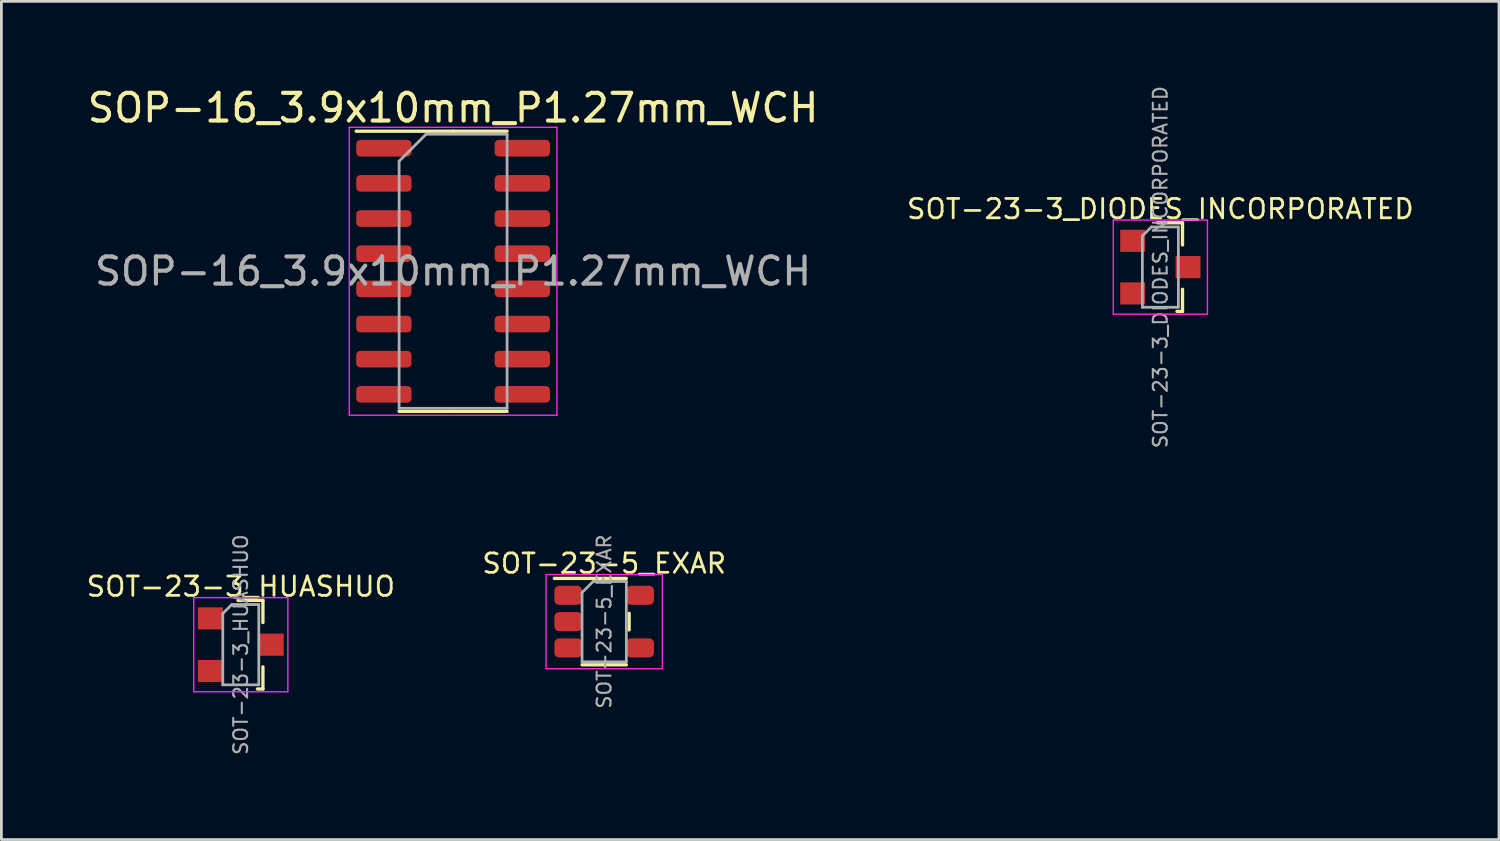
<source format=kicad_pcb>
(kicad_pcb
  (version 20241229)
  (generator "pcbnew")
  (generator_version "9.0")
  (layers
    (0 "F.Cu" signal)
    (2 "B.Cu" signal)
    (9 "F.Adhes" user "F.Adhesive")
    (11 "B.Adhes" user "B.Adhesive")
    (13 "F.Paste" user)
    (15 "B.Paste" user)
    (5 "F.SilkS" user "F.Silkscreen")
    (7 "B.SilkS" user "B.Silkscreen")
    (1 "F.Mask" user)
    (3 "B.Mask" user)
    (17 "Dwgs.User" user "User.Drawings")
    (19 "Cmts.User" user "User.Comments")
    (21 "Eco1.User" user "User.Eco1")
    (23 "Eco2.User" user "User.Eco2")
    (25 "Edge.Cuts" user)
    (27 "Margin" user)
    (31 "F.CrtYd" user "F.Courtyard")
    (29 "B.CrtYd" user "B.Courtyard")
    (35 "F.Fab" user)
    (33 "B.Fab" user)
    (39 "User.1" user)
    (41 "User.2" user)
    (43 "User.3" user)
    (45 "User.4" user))
  (footprint "SOT-23-3_DIODES_INCORPORATED"
    (layer "F.Cu")
    (at 38.861 6.598)
    (property "Reference" "SOT-23-3_DIODES_INCORPORATED" (at 0 -2.1 0) (layer "F.SilkS") (effects (font (size 0.7 0.7) (thickness 0.1))))
    (attr smd)
    (fp_line (start -0.1 -1.6) (end 0.8 -1.6) (stroke (width 0.12) (type solid)) (layer "F.SilkS"))
    (fp_line (start 0.8 -1.6) (end 0.8 -0.8) (stroke (width 0.12) (type solid)) (layer "F.SilkS"))
    (fp_line (start 0.8 0.8) (end 0.8 1.6) (stroke (width 0.12) (type solid)) (layer "F.SilkS"))
    (fp_line (start 0.8 1.6) (end 0.6 1.6) (stroke (width 0.12) (type solid)) (layer "F.SilkS"))
    (fp_line (start -1.7 -1.7) (end -1.7 1.7) (stroke (width 0.05) (type solid)) (layer "F.CrtYd"))
    (fp_line (start -1.7 1.7) (end 1.7 1.7) (stroke (width 0.05) (type solid)) (layer "F.CrtYd"))
    (fp_line (start 1.7 -1.7) (end -1.7 -1.7) (stroke (width 0.05) (type solid)) (layer "F.CrtYd"))
    (fp_line (start 1.7 1.7) (end 1.7 -1.7) (stroke (width 0.05) (type solid)) (layer "F.CrtYd"))
    (fp_line (start -0.65 -1.125) (end -0.325 -1.45) (stroke (width 0.1) (type solid)) (layer "F.Fab"))
    (fp_line (start -0.65 1.45) (end -0.65 -1.125) (stroke (width 0.1) (type solid)) (layer "F.Fab"))
    (fp_line (start -0.325 -1.45) (end 0.65 -1.45) (stroke (width 0.1) (type solid)) (layer "F.Fab"))
    (fp_line (start 0.65 -1.45) (end 0.65 1.45) (stroke (width 0.1) (type solid)) (layer "F.Fab"))
    (fp_line (start 0.65 1.45) (end -0.65 1.45) (stroke (width 0.1) (type solid)) (layer "F.Fab"))
    (fp_text user "${REFERENCE}" (at 0 0 90) (layer "F.Fab") (effects (font (size 0.5 0.5) (thickness 0.075))))
    (pad "1" smd rect (at -1 -0.95) (size 0.9 0.8) (layers "F.Cu" "F.Mask" "F.Paste"))
    (pad "2" smd rect (at -1 0.95) (size 0.9 0.8) (layers "F.Cu" "F.Mask" "F.Paste"))
    (pad "3" smd rect (at 1 0) (size 0.9 0.8) (layers "F.Cu" "F.Mask" "F.Paste")))
  (footprint "SOT-23-3_HUASHUO"
    (layer "F.Cu")
    (at 5.647 20.235)
    (property "Reference" "SOT-23-3_HUASHUO" (at 0 -2.1 0) (layer "F.SilkS") (effects (font (size 0.7 0.7) (thickness 0.1))))
    (attr smd)
    (fp_line (start -0.1 -1.6) (end 0.8 -1.6) (stroke (width 0.12) (type solid)) (layer "F.SilkS"))
    (fp_line (start 0.8 -1.6) (end 0.8 -0.8) (stroke (width 0.12) (type solid)) (layer "F.SilkS"))
    (fp_line (start 0.8 0.8) (end 0.8 1.6) (stroke (width 0.12) (type solid)) (layer "F.SilkS"))
    (fp_line (start 0.8 1.6) (end 0.6 1.6) (stroke (width 0.12) (type solid)) (layer "F.SilkS"))
    (fp_line (start -1.7 -1.7) (end -1.7 1.7) (stroke (width 0.05) (type solid)) (layer "F.CrtYd"))
    (fp_line (start -1.7 1.7) (end 1.7 1.7) (stroke (width 0.05) (type solid)) (layer "F.CrtYd"))
    (fp_line (start 1.7 -1.7) (end -1.7 -1.7) (stroke (width 0.05) (type solid)) (layer "F.CrtYd"))
    (fp_line (start 1.7 1.7) (end 1.7 -1.7) (stroke (width 0.05) (type solid)) (layer "F.CrtYd"))
    (fp_line (start -0.65 -1.125) (end -0.325 -1.45) (stroke (width 0.1) (type solid)) (layer "F.Fab"))
    (fp_line (start -0.65 1.45) (end -0.65 -1.125) (stroke (width 0.1) (type solid)) (layer "F.Fab"))
    (fp_line (start -0.325 -1.45) (end 0.65 -1.45) (stroke (width 0.1) (type solid)) (layer "F.Fab"))
    (fp_line (start 0.65 -1.45) (end 0.65 1.45) (stroke (width 0.1) (type solid)) (layer "F.Fab"))
    (fp_line (start 0.65 1.45) (end -0.65 1.45) (stroke (width 0.1) (type solid)) (layer "F.Fab"))
    (fp_text user "${REFERENCE}" (at 0 0 90) (layer "F.Fab") (effects (font (size 0.5 0.5) (thickness 0.075))))
    (pad "1" smd rect (at -1.1 -0.95) (size 0.9 0.8) (layers "F.Cu" "F.Mask" "F.Paste"))
    (pad "2" smd rect (at -1.1 0.95) (size 0.9 0.8) (layers "F.Cu" "F.Mask" "F.Paste"))
    (pad "3" smd rect (at 1.1 0) (size 0.9 0.8) (layers "F.Cu" "F.Mask" "F.Paste")))
  (footprint "SOP-16_3.9x10mm_P1.27mm_WCH"
    (layer "F.Cu")
    (at 13.315 6.748)
    (property "Reference" "SOP-16_3.9x10mm_P1.27mm_WCH" (at 0 -5.9 0) (layer "F.SilkS") (effects (font (size 1 1) (thickness 0.15))))
    (attr smd)
    (fp_line (start 0 -5.06) (end -3.5 -5.06) (stroke (width 0.12) (type solid)) (layer "F.SilkS"))
    (fp_line (start 0 -5.06) (end 1.95 -5.06) (stroke (width 0.12) (type solid)) (layer "F.SilkS"))
    (fp_line (start 0 5.06) (end -1.95 5.06) (stroke (width 0.12) (type solid)) (layer "F.SilkS"))
    (fp_line (start 0 5.06) (end 1.95 5.06) (stroke (width 0.12) (type solid)) (layer "F.SilkS"))
    (fp_line (start -3.75 -5.2) (end -3.75 5.2) (stroke (width 0.05) (type solid)) (layer "F.CrtYd"))
    (fp_line (start -3.75 5.2) (end 3.75 5.2) (stroke (width 0.05) (type solid)) (layer "F.CrtYd"))
    (fp_line (start 3.75 -5.2) (end -3.75 -5.2) (stroke (width 0.05) (type solid)) (layer "F.CrtYd"))
    (fp_line (start 3.75 5.2) (end 3.75 -5.2) (stroke (width 0.05) (type solid)) (layer "F.CrtYd"))
    (fp_line (start -1.95 -3.975) (end -0.975 -4.95) (stroke (width 0.1) (type solid)) (layer "F.Fab"))
    (fp_line (start -1.95 4.95) (end -1.95 -3.975) (stroke (width 0.1) (type solid)) (layer "F.Fab"))
    (fp_line (start -0.975 -4.95) (end 1.95 -4.95) (stroke (width 0.1) (type solid)) (layer "F.Fab"))
    (fp_line (start 1.95 -4.95) (end 1.95 4.95) (stroke (width 0.1) (type solid)) (layer "F.Fab"))
    (fp_line (start 1.95 4.95) (end -1.95 4.95) (stroke (width 0.1) (type solid)) (layer "F.Fab"))
    (fp_text user "${REFERENCE}" (at 0 0 0) (layer "F.Fab") (effects (font (size 0.98 0.98) (thickness 0.15))))
    (pad "1" smd roundrect (at -2.5 -4.445) (size 2 0.6) (layers "F.Cu" "F.Mask" "F.Paste") (roundrect_rratio 0.25))
    (pad "2" smd roundrect (at -2.5 -3.175) (size 2 0.6) (layers "F.Cu" "F.Mask" "F.Paste") (roundrect_rratio 0.25))
    (pad "3" smd roundrect (at -2.5 -1.905) (size 2 0.6) (layers "F.Cu" "F.Mask" "F.Paste") (roundrect_rratio 0.25))
    (pad "4" smd roundrect (at -2.5 -0.635) (size 2 0.6) (layers "F.Cu" "F.Mask" "F.Paste") (roundrect_rratio 0.25))
    (pad "5" smd roundrect (at -2.5 0.635) (size 2 0.6) (layers "F.Cu" "F.Mask" "F.Paste") (roundrect_rratio 0.25))
    (pad "6" smd roundrect (at -2.5 1.905) (size 2 0.6) (layers "F.Cu" "F.Mask" "F.Paste") (roundrect_rratio 0.25))
    (pad "7" smd roundrect (at -2.5 3.175) (size 2 0.6) (layers "F.Cu" "F.Mask" "F.Paste") (roundrect_rratio 0.25))
    (pad "8" smd roundrect (at -2.5 4.445) (size 2 0.6) (layers "F.Cu" "F.Mask" "F.Paste") (roundrect_rratio 0.25))
    (pad "9" smd roundrect (at 2.5 4.445) (size 2 0.6) (layers "F.Cu" "F.Mask" "F.Paste") (roundrect_rratio 0.25))
    (pad "10" smd roundrect (at 2.5 3.175) (size 2 0.6) (layers "F.Cu" "F.Mask" "F.Paste") (roundrect_rratio 0.25))
    (pad "11" smd roundrect (at 2.5 1.905) (size 2 0.6) (layers "F.Cu" "F.Mask" "F.Paste") (roundrect_rratio 0.25))
    (pad "12" smd roundrect (at 2.5 0.635) (size 2 0.6) (layers "F.Cu" "F.Mask" "F.Paste") (roundrect_rratio 0.25))
    (pad "13" smd roundrect (at 2.5 -0.635) (size 2 0.6) (layers "F.Cu" "F.Mask" "F.Paste") (roundrect_rratio 0.25))
    (pad "14" smd roundrect (at 2.5 -1.905) (size 2 0.6) (layers "F.Cu" "F.Mask" "F.Paste") (roundrect_rratio 0.25))
    (pad "15" smd roundrect (at 2.5 -3.175) (size 2 0.6) (layers "F.Cu" "F.Mask" "F.Paste") (roundrect_rratio 0.25))
    (pad "16" smd roundrect (at 2.5 -4.445) (size 2 0.6) (layers "F.Cu" "F.Mask" "F.Paste") (roundrect_rratio 0.25)))
  (footprint "SOT-23-5_EXAR"
    (layer "F.Cu")
    (at 18.773 19.402)
    (property "Reference" "SOT-23-5_EXAR" (at 0 -2.1 0) (layer "F.SilkS") (effects (font (size 0.7 0.7) (thickness 0.1))))
    (attr smd)
    (fp_line (start 0 -1.56) (end -1.8 -1.56) (stroke (width 0.12) (type solid)) (layer "F.SilkS"))
    (fp_line (start 0 -1.56) (end 0.8 -1.56) (stroke (width 0.12) (type solid)) (layer "F.SilkS"))
    (fp_line (start 0 1.56) (end -0.8 1.56) (stroke (width 0.12) (type solid)) (layer "F.SilkS"))
    (fp_line (start 0 1.56) (end 0.8 1.56) (stroke (width 0.12) (type solid)) (layer "F.SilkS"))
    (fp_line (start 0.9 0.3) (end 0.9 -0.3) (stroke (width 0.12) (type solid)) (layer "F.SilkS"))
    (fp_line (start -2.1 -1.7) (end -2.1 1.7) (stroke (width 0.05) (type solid)) (layer "F.CrtYd"))
    (fp_line (start -2.1 1.7) (end 2.1 1.7) (stroke (width 0.05) (type solid)) (layer "F.CrtYd"))
    (fp_line (start 2.1 -1.7) (end -2.1 -1.7) (stroke (width 0.05) (type solid)) (layer "F.CrtYd"))
    (fp_line (start 2.1 1.7) (end 2.1 -1.7) (stroke (width 0.05) (type solid)) (layer "F.CrtYd"))
    (fp_line (start -0.8 -1.05) (end -0.4 -1.45) (stroke (width 0.1) (type solid)) (layer "F.Fab"))
    (fp_line (start -0.8 1.45) (end -0.8 -1.05) (stroke (width 0.1) (type solid)) (layer "F.Fab"))
    (fp_line (start -0.4 -1.45) (end 0.8 -1.45) (stroke (width 0.1) (type solid)) (layer "F.Fab"))
    (fp_line (start 0.8 -1.45) (end 0.8 1.45) (stroke (width 0.1) (type solid)) (layer "F.Fab"))
    (fp_line (start 0.8 1.45) (end -0.8 1.45) (stroke (width 0.1) (type solid)) (layer "F.Fab"))
    (fp_text user "${REFERENCE}" (at 0 0 270) (layer "F.Fab") (effects (font (size 0.5 0.5) (thickness 0.075))))
    (pad "1" smd roundrect (at -1.3 -0.95) (size 1 0.69) (layers "F.Cu" "F.Mask" "F.Paste") (roundrect_rratio 0.25))
    (pad "2" smd roundrect (at -1.3 0) (size 1 0.69) (layers "F.Cu" "F.Mask" "F.Paste") (roundrect_rratio 0.25))
    (pad "3" smd roundrect (at -1.3 0.95) (size 1 0.69) (layers "F.Cu" "F.Mask" "F.Paste") (roundrect_rratio 0.25))
    (pad "4" smd roundrect (at 1.3 0.95) (size 1 0.69) (layers "F.Cu" "F.Mask" "F.Paste") (roundrect_rratio 0.25))
    (pad "5" smd roundrect (at 1.3 -0.95) (size 1 0.69) (layers "F.Cu" "F.Mask" "F.Paste") (roundrect_rratio 0.25)))
  (gr_rect
    (start -3 -3)
    (end 51.091 27.274)
    (stroke (width 0.1) (type default))
    (fill no)
    (layer "Edge.Cuts")))
</source>
